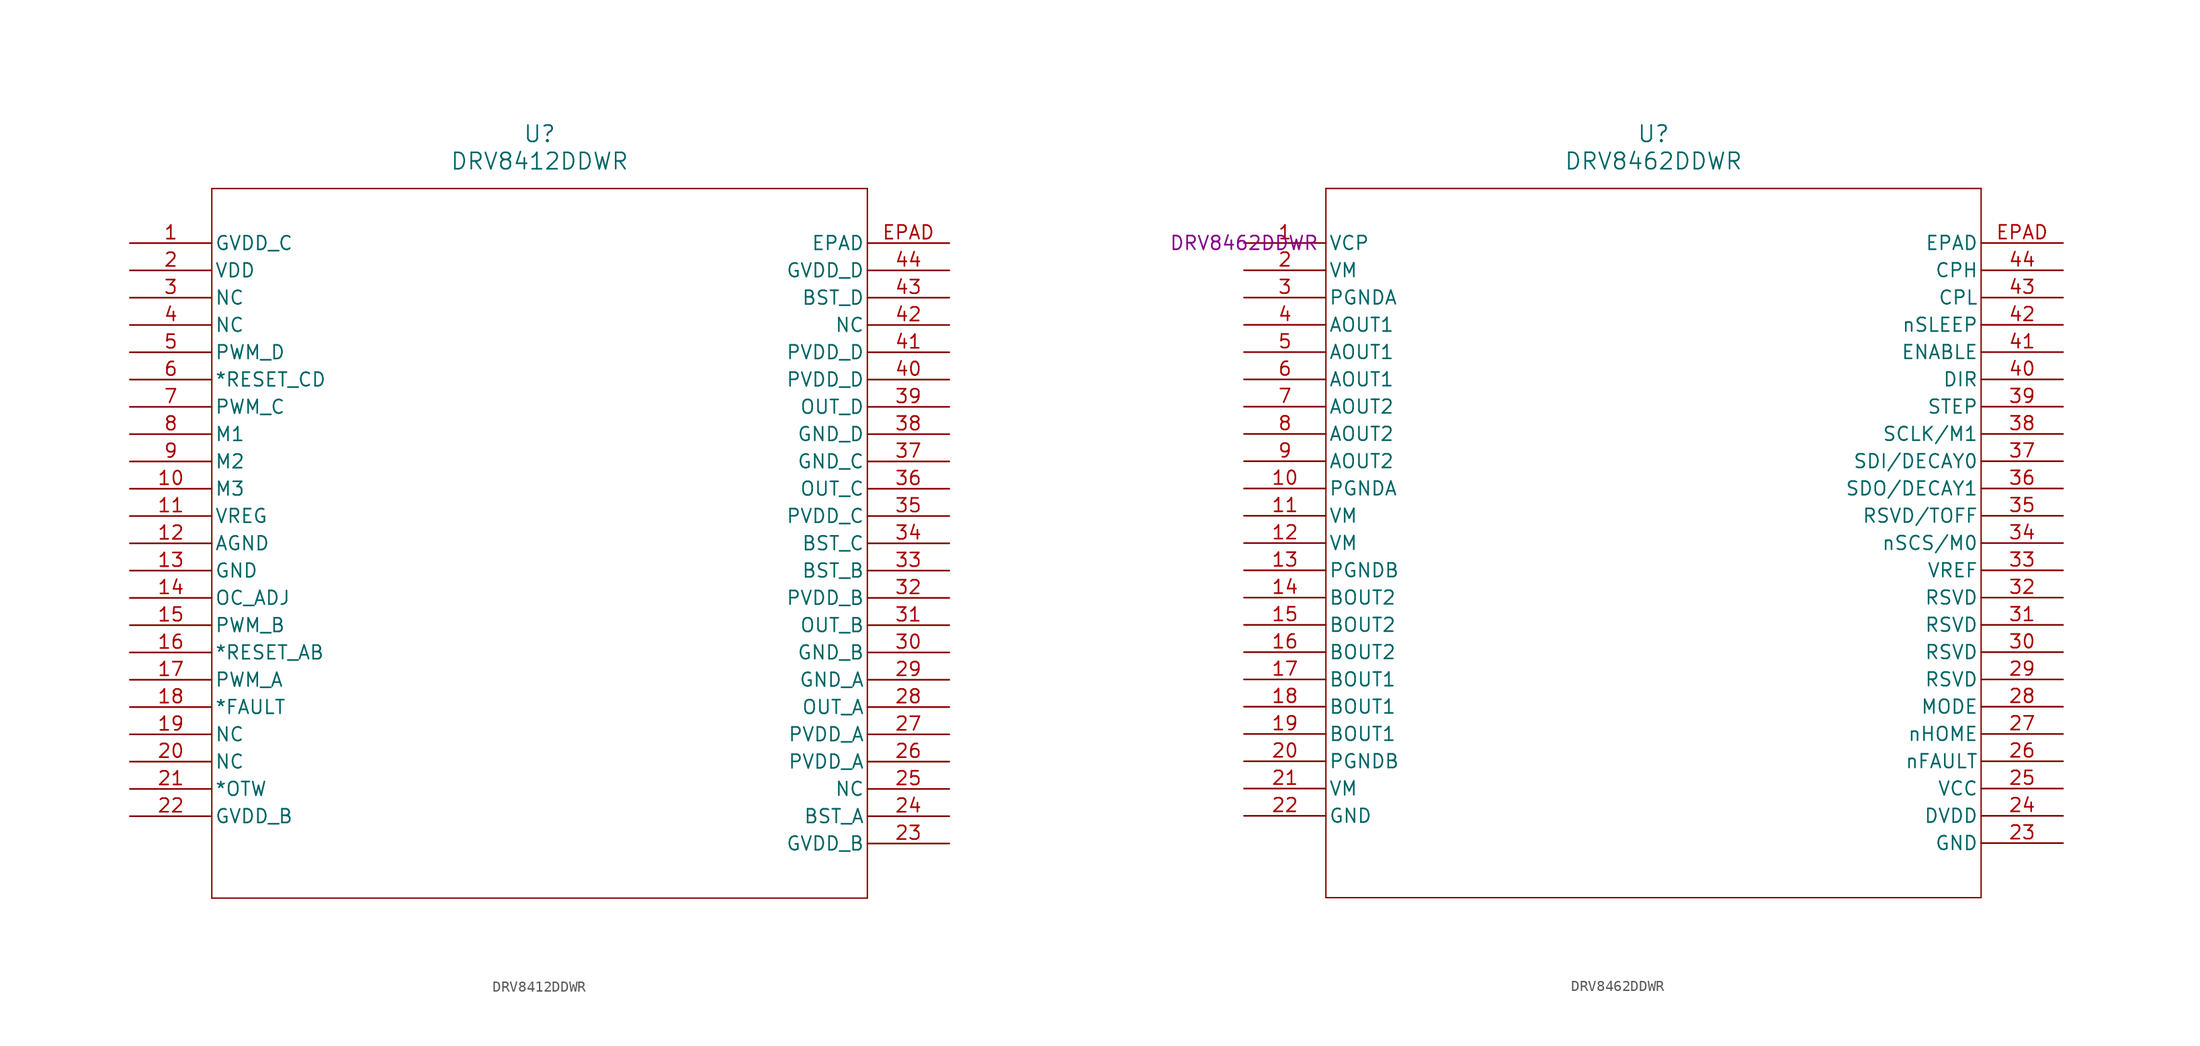
<source format=kicad_sym>
(kicad_symbol_lib
  (version 20220914)
  (generator kicad_symbol_editor)
  (symbol "DRV8412DDWR"
    (pin_names
      (offset 0.254))
    (property "Reference" "U"
      (at 38.1 10.16 0)
      (effects (font (size 1.524 1.524))))
    (property "Value" "DRV8412DDWR"
      (at 38.1 7.62 0)
      (effects (font (size 1.524 1.524))))
    (property "ki_locked" ""
      (at 0 0 0)
      (effects (font (size 1.27 1.27))))
    (symbol "DRV8412DDWR_0_1"
      (polyline (pts (xy 7.62 -60.96) (xy 68.58 -60.96)) (stroke (width 0.127) (type default)) (fill (type none)))
      (polyline (pts (xy 7.62 5.08) (xy 7.62 -60.96)) (stroke (width 0.127) (type default)) (fill (type none)))
      (polyline (pts (xy 68.58 -60.96) (xy 68.58 5.08)) (stroke (width 0.127) (type default)) (fill (type none)))
      (polyline (pts (xy 68.58 5.08) (xy 7.62 5.08)) (stroke (width 0.127) (type default)) (fill (type none)))
      (pin power_in line (at 0 0 0) (length 7.62) (name "GVDD_C" (effects (font (size 1.27 1.27)))) (number "1" (effects (font (size 1.27 1.27)))))
      (pin input line (at 0 -22.86 0) (length 7.62) (name "M3" (effects (font (size 1.27 1.27)))) (number "10" (effects (font (size 1.27 1.27)))))
      (pin power_in line (at 0 -25.4 0) (length 7.62) (name "VREG" (effects (font (size 1.27 1.27)))) (number "11" (effects (font (size 1.27 1.27)))))
      (pin power_in line (at 0 -27.94 0) (length 7.62) (name "AGND" (effects (font (size 1.27 1.27)))) (number "12" (effects (font (size 1.27 1.27)))))
      (pin power_in line (at 0 -30.48 0) (length 7.62) (name "GND" (effects (font (size 1.27 1.27)))) (number "13" (effects (font (size 1.27 1.27)))))
      (pin output line (at 0 -33.02 0) (length 7.62) (name "OC_ADJ" (effects (font (size 1.27 1.27)))) (number "14" (effects (font (size 1.27 1.27)))))
      (pin input line (at 0 -35.56 0) (length 7.62) (name "PWM_B" (effects (font (size 1.27 1.27)))) (number "15" (effects (font (size 1.27 1.27)))))
      (pin input line (at 0 -38.1 0) (length 7.62) (name "*RESET_AB" (effects (font (size 1.27 1.27)))) (number "16" (effects (font (size 1.27 1.27)))))
      (pin input line (at 0 -40.64 0) (length 7.62) (name "PWM_A" (effects (font (size 1.27 1.27)))) (number "17" (effects (font (size 1.27 1.27)))))
      (pin output line (at 0 -43.18 0) (length 7.62) (name "*FAULT" (effects (font (size 1.27 1.27)))) (number "18" (effects (font (size 1.27 1.27)))))
      (pin unspecified line (at 0 -45.72 0) (length 7.62) (name "NC" (effects (font (size 1.27 1.27)))) (number "19" (effects (font (size 1.27 1.27)))))
      (pin power_in line (at 0 -2.54 0) (length 7.62) (name "VDD" (effects (font (size 1.27 1.27)))) (number "2" (effects (font (size 1.27 1.27)))))
      (pin unspecified line (at 0 -48.26 0) (length 7.62) (name "NC" (effects (font (size 1.27 1.27)))) (number "20" (effects (font (size 1.27 1.27)))))
      (pin output line (at 0 -50.8 0) (length 7.62) (name "*OTW" (effects (font (size 1.27 1.27)))) (number "21" (effects (font (size 1.27 1.27)))))
      (pin power_in line (at 0 -53.34 0) (length 7.62) (name "GVDD_B" (effects (font (size 1.27 1.27)))) (number "22" (effects (font (size 1.27 1.27)))))
      (pin power_in line (at 76.2 -55.88 180) (length 7.62) (name "GVDD_B" (effects (font (size 1.27 1.27)))) (number "23" (effects (font (size 1.27 1.27)))))
      (pin power_in line (at 76.2 -53.34 180) (length 7.62) (name "BST_A" (effects (font (size 1.27 1.27)))) (number "24" (effects (font (size 1.27 1.27)))))
      (pin unspecified line (at 76.2 -50.8 180) (length 7.62) (name "NC" (effects (font (size 1.27 1.27)))) (number "25" (effects (font (size 1.27 1.27)))))
      (pin power_in line (at 76.2 -48.26 180) (length 7.62) (name "PVDD_A" (effects (font (size 1.27 1.27)))) (number "26" (effects (font (size 1.27 1.27)))))
      (pin power_in line (at 76.2 -45.72 180) (length 7.62) (name "PVDD_A" (effects (font (size 1.27 1.27)))) (number "27" (effects (font (size 1.27 1.27)))))
      (pin output line (at 76.2 -43.18 180) (length 7.62) (name "OUT_A" (effects (font (size 1.27 1.27)))) (number "28" (effects (font (size 1.27 1.27)))))
      (pin power_in line (at 76.2 -40.64 180) (length 7.62) (name "GND_A" (effects (font (size 1.27 1.27)))) (number "29" (effects (font (size 1.27 1.27)))))
      (pin unspecified line (at 0 -5.08 0) (length 7.62) (name "NC" (effects (font (size 1.27 1.27)))) (number "3" (effects (font (size 1.27 1.27)))))
      (pin power_in line (at 76.2 -38.1 180) (length 7.62) (name "GND_B" (effects (font (size 1.27 1.27)))) (number "30" (effects (font (size 1.27 1.27)))))
      (pin output line (at 76.2 -35.56 180) (length 7.62) (name "OUT_B" (effects (font (size 1.27 1.27)))) (number "31" (effects (font (size 1.27 1.27)))))
      (pin power_in line (at 76.2 -33.02 180) (length 7.62) (name "PVDD_B" (effects (font (size 1.27 1.27)))) (number "32" (effects (font (size 1.27 1.27)))))
      (pin power_in line (at 76.2 -30.48 180) (length 7.62) (name "BST_B" (effects (font (size 1.27 1.27)))) (number "33" (effects (font (size 1.27 1.27)))))
      (pin power_in line (at 76.2 -27.94 180) (length 7.62) (name "BST_C" (effects (font (size 1.27 1.27)))) (number "34" (effects (font (size 1.27 1.27)))))
      (pin power_in line (at 76.2 -25.4 180) (length 7.62) (name "PVDD_C" (effects (font (size 1.27 1.27)))) (number "35" (effects (font (size 1.27 1.27)))))
      (pin output line (at 76.2 -22.86 180) (length 7.62) (name "OUT_C" (effects (font (size 1.27 1.27)))) (number "36" (effects (font (size 1.27 1.27)))))
      (pin power_in line (at 76.2 -20.32 180) (length 7.62) (name "GND_C" (effects (font (size 1.27 1.27)))) (number "37" (effects (font (size 1.27 1.27)))))
      (pin power_in line (at 76.2 -17.78 180) (length 7.62) (name "GND_D" (effects (font (size 1.27 1.27)))) (number "38" (effects (font (size 1.27 1.27)))))
      (pin output line (at 76.2 -15.24 180) (length 7.62) (name "OUT_D" (effects (font (size 1.27 1.27)))) (number "39" (effects (font (size 1.27 1.27)))))
      (pin unspecified line (at 0 -7.62 0) (length 7.62) (name "NC" (effects (font (size 1.27 1.27)))) (number "4" (effects (font (size 1.27 1.27)))))
      (pin power_in line (at 76.2 -12.7 180) (length 7.62) (name "PVDD_D" (effects (font (size 1.27 1.27)))) (number "40" (effects (font (size 1.27 1.27)))))
      (pin power_in line (at 76.2 -10.16 180) (length 7.62) (name "PVDD_D" (effects (font (size 1.27 1.27)))) (number "41" (effects (font (size 1.27 1.27)))))
      (pin unspecified line (at 76.2 -7.62 180) (length 7.62) (name "NC" (effects (font (size 1.27 1.27)))) (number "42" (effects (font (size 1.27 1.27)))))
      (pin power_in line (at 76.2 -5.08 180) (length 7.62) (name "BST_D" (effects (font (size 1.27 1.27)))) (number "43" (effects (font (size 1.27 1.27)))))
      (pin power_in line (at 76.2 -2.54 180) (length 7.62) (name "GVDD_D" (effects (font (size 1.27 1.27)))) (number "44" (effects (font (size 1.27 1.27)))))
      (pin input line (at 0 -10.16 0) (length 7.62) (name "PWM_D" (effects (font (size 1.27 1.27)))) (number "5" (effects (font (size 1.27 1.27)))))
      (pin input line (at 0 -12.7 0) (length 7.62) (name "*RESET_CD" (effects (font (size 1.27 1.27)))) (number "6" (effects (font (size 1.27 1.27)))))
      (pin input line (at 0 -15.24 0) (length 7.62) (name "PWM_C" (effects (font (size 1.27 1.27)))) (number "7" (effects (font (size 1.27 1.27)))))
      (pin input line (at 0 -17.78 0) (length 7.62) (name "M1" (effects (font (size 1.27 1.27)))) (number "8" (effects (font (size 1.27 1.27)))))
      (pin input line (at 0 -20.32 0) (length 7.62) (name "M2" (effects (font (size 1.27 1.27)))) (number "9" (effects (font (size 1.27 1.27)))))
      (pin unspecified line (at 76.2 0 180) (length 7.62) (name "EPAD" (effects (font (size 1.27 1.27)))) (number "EPAD" (effects (font (size 1.27 1.27)))))))
  (symbol "DRV8462DDWR"
    (pin_names
      (offset 0.254))
    (property "Reference" "U"
      (at 38.1 10.16 0)
      (effects (font (size 1.524 1.524))))
    (property "Value" "DRV8462DDWR"
      (at 38.1 7.62 0)
      (effects (font (size 1.524 1.524))))
    (property "Model" "DRV8462DDWR"
      (at 0 0 0)
      (effects (font (size 1.27 1.27))))
    (symbol "DRV8462DDWR_0_1"
      (polyline (pts (xy 7.62 -60.96) (xy 68.58 -60.96)) (stroke (width 0.127) (type default)) (fill (type none)))
      (polyline (pts (xy 7.62 5.08) (xy 7.62 -60.96)) (stroke (width 0.127) (type default)) (fill (type none)))
      (polyline (pts (xy 68.58 -60.96) (xy 68.58 5.08)) (stroke (width 0.127) (type default)) (fill (type none)))
      (polyline (pts (xy 68.58 5.08) (xy 7.62 5.08)) (stroke (width 0.127) (type default)) (fill (type none)))
      (pin passive line (at 0 0 0) (length 7.62) (name "VCP" (effects (font (size 1.27 1.27)))) (number "1" (effects (font (size 1.27 1.27)))))
      (pin passive line (at 0 -22.86 0) (length 7.62) (name "PGNDA" (effects (font (size 1.27 1.27)))) (number "10" (effects (font (size 1.27 1.27)))))
      (pin passive line (at 0 -25.4 0) (length 7.62) (name "VM" (effects (font (size 1.27 1.27)))) (number "11" (effects (font (size 1.27 1.27)))))
      (pin passive line (at 0 -27.94 0) (length 7.62) (name "VM" (effects (font (size 1.27 1.27)))) (number "12" (effects (font (size 1.27 1.27)))))
      (pin passive line (at 0 -30.48 0) (length 7.62) (name "PGNDB" (effects (font (size 1.27 1.27)))) (number "13" (effects (font (size 1.27 1.27)))))
      (pin passive line (at 0 -33.02 0) (length 7.62) (name "BOUT2" (effects (font (size 1.27 1.27)))) (number "14" (effects (font (size 1.27 1.27)))))
      (pin passive line (at 0 -35.56 0) (length 7.62) (name "BOUT2" (effects (font (size 1.27 1.27)))) (number "15" (effects (font (size 1.27 1.27)))))
      (pin passive line (at 0 -38.1 0) (length 7.62) (name "BOUT2" (effects (font (size 1.27 1.27)))) (number "16" (effects (font (size 1.27 1.27)))))
      (pin passive line (at 0 -40.64 0) (length 7.62) (name "BOUT1" (effects (font (size 1.27 1.27)))) (number "17" (effects (font (size 1.27 1.27)))))
      (pin passive line (at 0 -43.18 0) (length 7.62) (name "BOUT1" (effects (font (size 1.27 1.27)))) (number "18" (effects (font (size 1.27 1.27)))))
      (pin passive line (at 0 -45.72 0) (length 7.62) (name "BOUT1" (effects (font (size 1.27 1.27)))) (number "19" (effects (font (size 1.27 1.27)))))
      (pin passive line (at 0 -2.54 0) (length 7.62) (name "VM" (effects (font (size 1.27 1.27)))) (number "2" (effects (font (size 1.27 1.27)))))
      (pin passive line (at 0 -48.26 0) (length 7.62) (name "PGNDB" (effects (font (size 1.27 1.27)))) (number "20" (effects (font (size 1.27 1.27)))))
      (pin passive line (at 0 -50.8 0) (length 7.62) (name "VM" (effects (font (size 1.27 1.27)))) (number "21" (effects (font (size 1.27 1.27)))))
      (pin passive line (at 0 -53.34 0) (length 7.62) (name "GND" (effects (font (size 1.27 1.27)))) (number "22" (effects (font (size 1.27 1.27)))))
      (pin passive line (at 76.2 -55.88 180) (length 7.62) (name "GND" (effects (font (size 1.27 1.27)))) (number "23" (effects (font (size 1.27 1.27)))))
      (pin passive line (at 76.2 -53.34 180) (length 7.62) (name "DVDD" (effects (font (size 1.27 1.27)))) (number "24" (effects (font (size 1.27 1.27)))))
      (pin passive line (at 76.2 -50.8 180) (length 7.62) (name "VCC" (effects (font (size 1.27 1.27)))) (number "25" (effects (font (size 1.27 1.27)))))
      (pin passive line (at 76.2 -48.26 180) (length 7.62) (name "nFAULT" (effects (font (size 1.27 1.27)))) (number "26" (effects (font (size 1.27 1.27)))))
      (pin passive line (at 76.2 -45.72 180) (length 7.62) (name "nHOME" (effects (font (size 1.27 1.27)))) (number "27" (effects (font (size 1.27 1.27)))))
      (pin passive line (at 76.2 -43.18 180) (length 7.62) (name "MODE" (effects (font (size 1.27 1.27)))) (number "28" (effects (font (size 1.27 1.27)))))
      (pin passive line (at 76.2 -40.64 180) (length 7.62) (name "RSVD" (effects (font (size 1.27 1.27)))) (number "29" (effects (font (size 1.27 1.27)))))
      (pin passive line (at 0 -5.08 0) (length 7.62) (name "PGNDA" (effects (font (size 1.27 1.27)))) (number "3" (effects (font (size 1.27 1.27)))))
      (pin passive line (at 76.2 -38.1 180) (length 7.62) (name "RSVD" (effects (font (size 1.27 1.27)))) (number "30" (effects (font (size 1.27 1.27)))))
      (pin passive line (at 76.2 -35.56 180) (length 7.62) (name "RSVD" (effects (font (size 1.27 1.27)))) (number "31" (effects (font (size 1.27 1.27)))))
      (pin passive line (at 76.2 -33.02 180) (length 7.62) (name "RSVD" (effects (font (size 1.27 1.27)))) (number "32" (effects (font (size 1.27 1.27)))))
      (pin passive line (at 76.2 -30.48 180) (length 7.62) (name "VREF" (effects (font (size 1.27 1.27)))) (number "33" (effects (font (size 1.27 1.27)))))
      (pin passive line (at 76.2 -27.94 180) (length 7.62) (name "nSCS/M0" (effects (font (size 1.27 1.27)))) (number "34" (effects (font (size 1.27 1.27)))))
      (pin passive line (at 76.2 -25.4 180) (length 7.62) (name "RSVD/TOFF" (effects (font (size 1.27 1.27)))) (number "35" (effects (font (size 1.27 1.27)))))
      (pin passive line (at 76.2 -22.86 180) (length 7.62) (name "SDO/DECAY1" (effects (font (size 1.27 1.27)))) (number "36" (effects (font (size 1.27 1.27)))))
      (pin passive line (at 76.2 -20.32 180) (length 7.62) (name "SDI/DECAY0" (effects (font (size 1.27 1.27)))) (number "37" (effects (font (size 1.27 1.27)))))
      (pin passive line (at 76.2 -17.78 180) (length 7.62) (name "SCLK/M1" (effects (font (size 1.27 1.27)))) (number "38" (effects (font (size 1.27 1.27)))))
      (pin passive line (at 76.2 -15.24 180) (length 7.62) (name "STEP" (effects (font (size 1.27 1.27)))) (number "39" (effects (font (size 1.27 1.27)))))
      (pin passive line (at 0 -7.62 0) (length 7.62) (name "AOUT1" (effects (font (size 1.27 1.27)))) (number "4" (effects (font (size 1.27 1.27)))))
      (pin passive line (at 76.2 -12.7 180) (length 7.62) (name "DIR" (effects (font (size 1.27 1.27)))) (number "40" (effects (font (size 1.27 1.27)))))
      (pin passive line (at 76.2 -10.16 180) (length 7.62) (name "ENABLE" (effects (font (size 1.27 1.27)))) (number "41" (effects (font (size 1.27 1.27)))))
      (pin passive line (at 76.2 -7.62 180) (length 7.62) (name "nSLEEP" (effects (font (size 1.27 1.27)))) (number "42" (effects (font (size 1.27 1.27)))))
      (pin passive line (at 76.2 -5.08 180) (length 7.62) (name "CPL" (effects (font (size 1.27 1.27)))) (number "43" (effects (font (size 1.27 1.27)))))
      (pin passive line (at 76.2 -2.54 180) (length 7.62) (name "CPH" (effects (font (size 1.27 1.27)))) (number "44" (effects (font (size 1.27 1.27)))))
      (pin passive line (at 0 -10.16 0) (length 7.62) (name "AOUT1" (effects (font (size 1.27 1.27)))) (number "5" (effects (font (size 1.27 1.27)))))
      (pin passive line (at 0 -12.7 0) (length 7.62) (name "AOUT1" (effects (font (size 1.27 1.27)))) (number "6" (effects (font (size 1.27 1.27)))))
      (pin passive line (at 0 -15.24 0) (length 7.62) (name "AOUT2" (effects (font (size 1.27 1.27)))) (number "7" (effects (font (size 1.27 1.27)))))
      (pin passive line (at 0 -17.78 0) (length 7.62) (name "AOUT2" (effects (font (size 1.27 1.27)))) (number "8" (effects (font (size 1.27 1.27)))))
      (pin passive line (at 0 -20.32 0) (length 7.62) (name "AOUT2" (effects (font (size 1.27 1.27)))) (number "9" (effects (font (size 1.27 1.27)))))
      (pin passive line (at 76.2 0 180) (length 7.62) (name "EPAD" (effects (font (size 1.27 1.27)))) (number "EPAD" (effects (font (size 1.27 1.27))))))))
</source>
